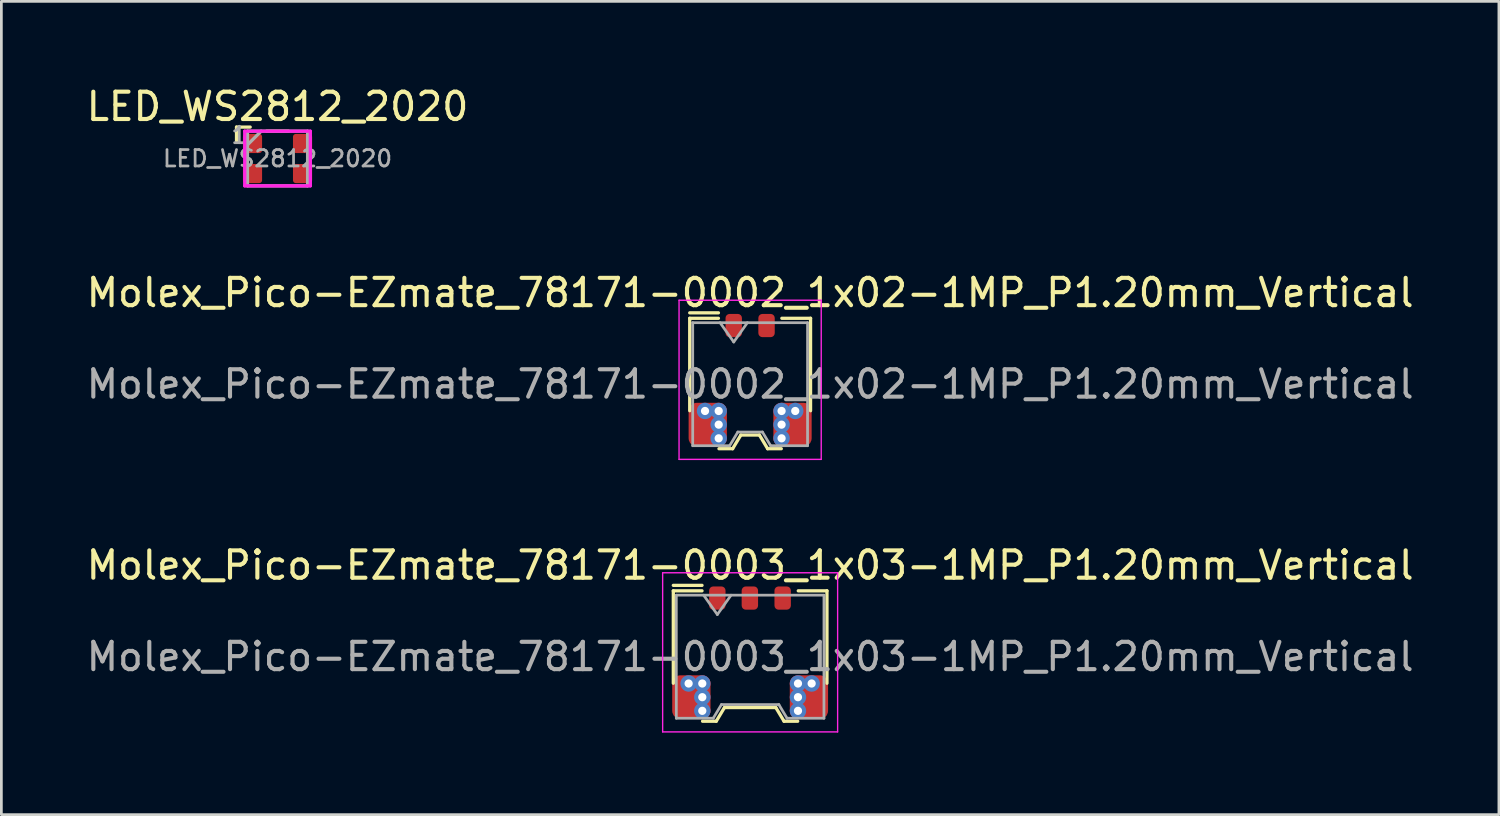
<source format=kicad_pcb>
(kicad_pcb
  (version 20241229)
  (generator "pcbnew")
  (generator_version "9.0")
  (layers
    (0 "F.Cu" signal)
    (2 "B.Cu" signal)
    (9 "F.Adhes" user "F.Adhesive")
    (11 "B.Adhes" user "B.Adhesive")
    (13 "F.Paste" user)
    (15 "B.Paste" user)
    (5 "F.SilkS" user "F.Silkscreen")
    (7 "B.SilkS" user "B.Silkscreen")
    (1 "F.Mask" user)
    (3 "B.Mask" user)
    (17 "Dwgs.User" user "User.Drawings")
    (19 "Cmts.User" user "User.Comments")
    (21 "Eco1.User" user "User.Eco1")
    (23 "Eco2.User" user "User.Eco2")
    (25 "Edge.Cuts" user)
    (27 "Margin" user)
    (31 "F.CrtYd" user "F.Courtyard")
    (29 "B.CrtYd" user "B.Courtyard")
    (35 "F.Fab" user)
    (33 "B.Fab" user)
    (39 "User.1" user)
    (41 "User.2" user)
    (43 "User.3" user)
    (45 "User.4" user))
  (footprint "Molex_Pico-EZmate_78171-0002_1x02-1MP_P1.20mm_Vertical"
    (layer "F.Cu")
    (at 24.387 10.732)
    (property "Reference" "Molex_Pico-EZmate_78171-0002_1x02-1MP_P1.20mm_Vertical" (at 0 -3.075 0) (layer "F.SilkS") (effects (font (size 1 1) (thickness 0.15))))
    (attr smd)
    (fp_line (start -2.21 -2.14) (end -1.16 -2.14) (stroke (width 0.12) (type solid)) (layer "F.SilkS"))
    (fp_line (start -2.21 1.24) (end -2.21 -2.14) (stroke (width 0.12) (type solid)) (layer "F.SilkS"))
    (fp_line (start -1.16 -2.34) (end -2.21 -2.34) (stroke (width 0.12) (type default)) (layer "F.SilkS"))
    (fp_line (start -1.14 2.63) (end -0.64 2.63) (stroke (width 0.12) (type solid)) (layer "F.SilkS"))
    (fp_line (start -0.64 2.63) (end -0.34 2.13) (stroke (width 0.12) (type solid)) (layer "F.SilkS"))
    (fp_line (start -0.34 2.13) (end 0.34 2.13) (stroke (width 0.12) (type solid)) (layer "F.SilkS"))
    (fp_line (start 0.34 2.13) (end 0.64 2.63) (stroke (width 0.12) (type solid)) (layer "F.SilkS"))
    (fp_line (start 0.64 2.63) (end 1.14 2.63) (stroke (width 0.12) (type solid)) (layer "F.SilkS"))
    (fp_line (start 2.21 -2.14) (end 1.16 -2.14) (stroke (width 0.12) (type solid)) (layer "F.SilkS"))
    (fp_line (start 2.21 1.24) (end 2.21 -2.14) (stroke (width 0.12) (type solid)) (layer "F.SilkS"))
    (fp_line (start -2.6 -2.8) (end -2.6 3.02) (stroke (width 0.05) (type solid)) (layer "F.CrtYd"))
    (fp_line (start -2.6 3.02) (end 2.6 3.02) (stroke (width 0.05) (type solid)) (layer "F.CrtYd"))
    (fp_line (start 2.6 -2.8) (end -2.6 -2.8) (stroke (width 0.05) (type solid)) (layer "F.CrtYd"))
    (fp_line (start 2.6 3.02) (end 2.6 -2.8) (stroke (width 0.05) (type solid)) (layer "F.CrtYd"))
    (fp_line (start -2.1 -1.98) (end -2.1 2.52) (stroke (width 0.1) (type solid)) (layer "F.Fab"))
    (fp_line (start -2.1 -1.98) (end 2.1 -1.98) (stroke (width 0.1) (type solid)) (layer "F.Fab"))
    (fp_line (start -2.1 2.52) (end -0.75 2.52) (stroke (width 0.1) (type solid)) (layer "F.Fab"))
    (fp_line (start -1.1 -1.98) (end -0.6 -1.273) (stroke (width 0.1) (type solid)) (layer "F.Fab"))
    (fp_line (start -0.75 2.52) (end -0.45 2.02) (stroke (width 0.1) (type solid)) (layer "F.Fab"))
    (fp_line (start -0.6 -1.273) (end -0.1 -1.98) (stroke (width 0.1) (type solid)) (layer "F.Fab"))
    (fp_line (start -0.45 2.02) (end 0.45 2.02) (stroke (width 0.1) (type solid)) (layer "F.Fab"))
    (fp_line (start 0.45 2.02) (end 0.75 2.52) (stroke (width 0.1) (type solid)) (layer "F.Fab"))
    (fp_line (start 0.75 2.52) (end 2.1 2.52) (stroke (width 0.1) (type solid)) (layer "F.Fab"))
    (fp_line (start 2.1 -1.98) (end 2.1 2.52) (stroke (width 0.1) (type solid)) (layer "F.Fab"))
    (fp_text user "${REFERENCE}" (at 0 0.27 0) (layer "F.Fab") (effects (font (size 1 1) (thickness 0.15))))
    (pad "1" smd roundrect (at -0.6 -1.875) (size 0.6 0.85) (layers "F.Cu" "F.Mask" "F.Paste") (roundrect_rratio 0.25))
    (pad "2" smd roundrect (at 0.6 -1.875) (size 0.6 0.85) (layers "F.Cu" "F.Mask" "F.Paste") (roundrect_rratio 0.25))
    (pad "MP" smd roundrect (at -1.75 1.9) (size 0.7 0.8) (layers "F.Cu" "F.Mask" "F.Paste") (roundrect_rratio 0.25))
    (pad "MP" thru_hole circle (at -1.65 1.25) (size 0.6 0.6) (drill 0.3) (layers "*.Cu"))
    (pad "MP" thru_hole circle (at -1.15 1.25) (size 0.6 0.6) (drill 0.3) (layers "*.Cu"))
    (pad "MP" thru_hole circle (at -1.15 1.75) (size 0.6 0.6) (drill 0.3) (layers "*.Cu"))
    (pad "MP" thru_hole circle (at -1.15 2.25) (size 0.6 0.6) (drill 0.3) (layers "*.Cu"))
    (pad "MP" thru_hole circle (at 1.15 1.25) (size 0.6 0.6) (drill 0.3) (layers "*.Cu"))
    (pad "MP" thru_hole circle (at 1.15 1.75) (size 0.6 0.6) (drill 0.3) (layers "*.Cu"))
    (pad "MP" thru_hole circle (at 1.15 2.25) (size 0.6 0.6) (drill 0.3) (layers "*.Cu"))
    (pad "MP" thru_hole circle (at 1.65 1.25) (size 0.6 0.6) (drill 0.3) (layers "*.Cu"))
    (pad "MP" smd roundrect (at 1.75 1.9) (size 0.7 0.8) (layers "F.Cu" "F.Mask" "F.Paste") (roundrect_rratio 0.25))
    (pad "MP0" smd roundrect (at -1.55 1.75) (size 1.4 1.6) (layers "F.Cu") (roundrect_rratio 0.214))
    (pad "MP0" smd roundrect (at 1.55 1.75) (size 1.4 1.6) (layers "F.Cu") (roundrect_rratio 0.214)))
  (footprint "LED_WS2812_2020"
    (layer "F.Cu")
    (at 7.101 2.748)
    (property "Reference" "LED_WS2812_2020" (at 0 -1.9 0) (layer "F.SilkS") (effects (font (size 1 1) (thickness 0.15))))
    (attr smd)
    (fp_line (start -1.5 -1.15) (end -1 -1.15) (stroke (width 0.12) (type solid)) (layer "F.SilkS"))
    (fp_line (start -1.5 -0.65) (end -1.5 -1.15) (stroke (width 0.12) (type solid)) (layer "F.SilkS"))
    (fp_line (start -0.4 -1) (end 0.4 -1) (stroke (width 0.12) (type solid)) (layer "F.SilkS"))
    (fp_line (start -1.2 -1) (end 1.2 -1) (stroke (width 0.12) (type solid)) (layer "F.CrtYd"))
    (fp_line (start -1.2 1) (end -1.2 -1) (stroke (width 0.12) (type solid)) (layer "F.CrtYd"))
    (fp_line (start 1.2 -1) (end 1.2 1) (stroke (width 0.12) (type solid)) (layer "F.CrtYd"))
    (fp_line (start 1.2 1) (end -1.2 1) (stroke (width 0.12) (type solid)) (layer "F.CrtYd"))
    (fp_line (start -1.1 -1) (end 1.1 -1) (stroke (width 0.12) (type solid)) (layer "F.Fab"))
    (fp_line (start -1.1 -0.5) (end -0.6 -1) (stroke (width 0.12) (type default)) (layer "F.Fab"))
    (fp_line (start -1.1 1) (end -1.1 -1) (stroke (width 0.12) (type solid)) (layer "F.Fab"))
    (fp_line (start 1.1 -1) (end 1.1 1) (stroke (width 0.12) (type solid)) (layer "F.Fab"))
    (fp_line (start 1.1 1) (end -1.1 1) (stroke (width 0.12) (type solid)) (layer "F.Fab"))
    (fp_text user "${REFERENCE}" (at 0 0 0) (layer "F.Fab") (effects (font (size 0.6 0.6) (thickness 0.1) (bold yes))))
    (fp_text user "1" (at -1.75 -0.5 0) (unlocked yes) (layer "F.Fab") (effects (font (size 0.6 0.6) (thickness 0.1) (bold yes)) (justify left bottom)))
    (pad "1" smd roundrect (at -0.915 -0.55) (size 0.7 0.7) (layers "F.Cu" "F.Mask" "F.Paste") (roundrect_rratio 0.15))
    (pad "2" smd roundrect (at -0.915 0.55) (size 0.7 0.7) (layers "F.Cu" "F.Mask" "F.Paste") (roundrect_rratio 0.15))
    (pad "3" smd roundrect (at 0.915 0.55) (size 0.7 0.7) (layers "F.Cu" "F.Mask" "F.Paste") (roundrect_rratio 0.15))
    (pad "4" smd roundrect (at 0.915 -0.55) (size 0.7 0.7) (layers "F.Cu" "F.Mask" "F.Paste") (roundrect_rratio 0.15)))
  (footprint "Molex_Pico-EZmate_78171-0003_1x03-1MP_P1.20mm_Vertical"
    (layer "F.Cu")
    (at 24.387 20.7)
    (property "Reference" "Molex_Pico-EZmate_78171-0003_1x03-1MP_P1.20mm_Vertical" (at 0 -3.075 0) (layer "F.SilkS") (effects (font (size 1 1) (thickness 0.15))))
    (attr smd)
    (fp_line (start -2.81 -2.14) (end -1.76 -2.14) (stroke (width 0.12) (type solid)) (layer "F.SilkS"))
    (fp_line (start -2.81 1.24) (end -2.81 -2.14) (stroke (width 0.12) (type solid)) (layer "F.SilkS"))
    (fp_line (start -1.76 -2.34) (end -2.81 -2.34) (stroke (width 0.12) (type default)) (layer "F.SilkS"))
    (fp_line (start -1.74 2.63) (end -1.24 2.63) (stroke (width 0.12) (type solid)) (layer "F.SilkS"))
    (fp_line (start -1.24 2.63) (end -0.94 2.13) (stroke (width 0.12) (type solid)) (layer "F.SilkS"))
    (fp_line (start -0.94 2.13) (end 0.94 2.13) (stroke (width 0.12) (type solid)) (layer "F.SilkS"))
    (fp_line (start 0.94 2.13) (end 1.24 2.63) (stroke (width 0.12) (type solid)) (layer "F.SilkS"))
    (fp_line (start 1.24 2.63) (end 1.74 2.63) (stroke (width 0.12) (type solid)) (layer "F.SilkS"))
    (fp_line (start 2.81 -2.14) (end 1.76 -2.14) (stroke (width 0.12) (type solid)) (layer "F.SilkS"))
    (fp_line (start 2.81 1.24) (end 2.81 -2.14) (stroke (width 0.12) (type solid)) (layer "F.SilkS"))
    (fp_line (start -3.2 -2.8) (end -3.2 3.02) (stroke (width 0.05) (type solid)) (layer "F.CrtYd"))
    (fp_line (start -3.2 3.02) (end 3.2 3.02) (stroke (width 0.05) (type solid)) (layer "F.CrtYd"))
    (fp_line (start 3.2 -2.8) (end -3.2 -2.8) (stroke (width 0.05) (type solid)) (layer "F.CrtYd"))
    (fp_line (start 3.2 3.02) (end 3.2 -2.8) (stroke (width 0.05) (type solid)) (layer "F.CrtYd"))
    (fp_line (start -2.7 -1.98) (end -2.7 2.52) (stroke (width 0.1) (type solid)) (layer "F.Fab"))
    (fp_line (start -2.7 -1.98) (end 2.7 -1.98) (stroke (width 0.1) (type solid)) (layer "F.Fab"))
    (fp_line (start -2.7 2.52) (end -1.35 2.52) (stroke (width 0.1) (type solid)) (layer "F.Fab"))
    (fp_line (start -1.7 -1.98) (end -1.2 -1.273) (stroke (width 0.1) (type solid)) (layer "F.Fab"))
    (fp_line (start -1.35 2.52) (end -1.05 2.02) (stroke (width 0.1) (type solid)) (layer "F.Fab"))
    (fp_line (start -1.2 -1.273) (end -0.7 -1.98) (stroke (width 0.1) (type solid)) (layer "F.Fab"))
    (fp_line (start -1.05 2.02) (end 1.05 2.02) (stroke (width 0.1) (type solid)) (layer "F.Fab"))
    (fp_line (start 1.05 2.02) (end 1.35 2.52) (stroke (width 0.1) (type solid)) (layer "F.Fab"))
    (fp_line (start 1.35 2.52) (end 2.7 2.52) (stroke (width 0.1) (type solid)) (layer "F.Fab"))
    (fp_line (start 2.7 -1.98) (end 2.7 2.52) (stroke (width 0.1) (type solid)) (layer "F.Fab"))
    (fp_text user "${REFERENCE}" (at 0 0.27 0) (layer "F.Fab") (effects (font (size 1 1) (thickness 0.15))))
    (pad "1" smd roundrect (at -1.2 -1.875) (size 0.6 0.85) (layers "F.Cu" "F.Mask" "F.Paste") (roundrect_rratio 0.25))
    (pad "2" smd roundrect (at -0.01 -1.875) (size 0.6 0.85) (layers "F.Cu" "F.Mask" "F.Paste") (roundrect_rratio 0.25))
    (pad "3" smd roundrect (at 1.19 -1.875) (size 0.6 0.85) (layers "F.Cu" "F.Mask" "F.Paste") (roundrect_rratio 0.25))
    (pad "MP" smd roundrect (at -2.35 1.9) (size 0.7 0.8) (layers "F.Cu" "F.Mask" "F.Paste") (roundrect_rratio 0.25))
    (pad "MP" thru_hole circle (at -2.25 1.25) (size 0.6 0.6) (drill 0.3) (layers "*.Cu"))
    (pad "MP" thru_hole circle (at -1.75 1.25) (size 0.6 0.6) (drill 0.3) (layers "*.Cu"))
    (pad "MP" thru_hole circle (at -1.75 1.75) (size 0.6 0.6) (drill 0.3) (layers "*.Cu"))
    (pad "MP" thru_hole circle (at -1.75 2.25) (size 0.6 0.6) (drill 0.3) (layers "*.Cu"))
    (pad "MP" thru_hole circle (at 1.75 1.25) (size 0.6 0.6) (drill 0.3) (layers "*.Cu"))
    (pad "MP" thru_hole circle (at 1.75 1.75) (size 0.6 0.6) (drill 0.3) (layers "*.Cu"))
    (pad "MP" thru_hole circle (at 1.75 2.25) (size 0.6 0.6) (drill 0.3) (layers "*.Cu"))
    (pad "MP" thru_hole circle (at 2.25 1.25) (size 0.6 0.6) (drill 0.3) (layers "*.Cu"))
    (pad "MP" smd roundrect (at 2.35 1.9) (size 0.7 0.8) (layers "F.Cu" "F.Mask" "F.Paste") (roundrect_rratio 0.25))
    (pad "MP0" smd roundrect (at -2.15 1.75) (size 1.4 1.6) (layers "F.Cu") (roundrect_rratio 0.214))
    (pad "MP0" smd roundrect (at 2.15 1.75) (size 1.4 1.6) (layers "F.Cu") (roundrect_rratio 0.214)))
  (gr_rect
    (start -3 -3)
    (end 51.774 26.745)
    (stroke (width 0.1) (type default))
    (fill no)
    (layer "Edge.Cuts")))
</source>
